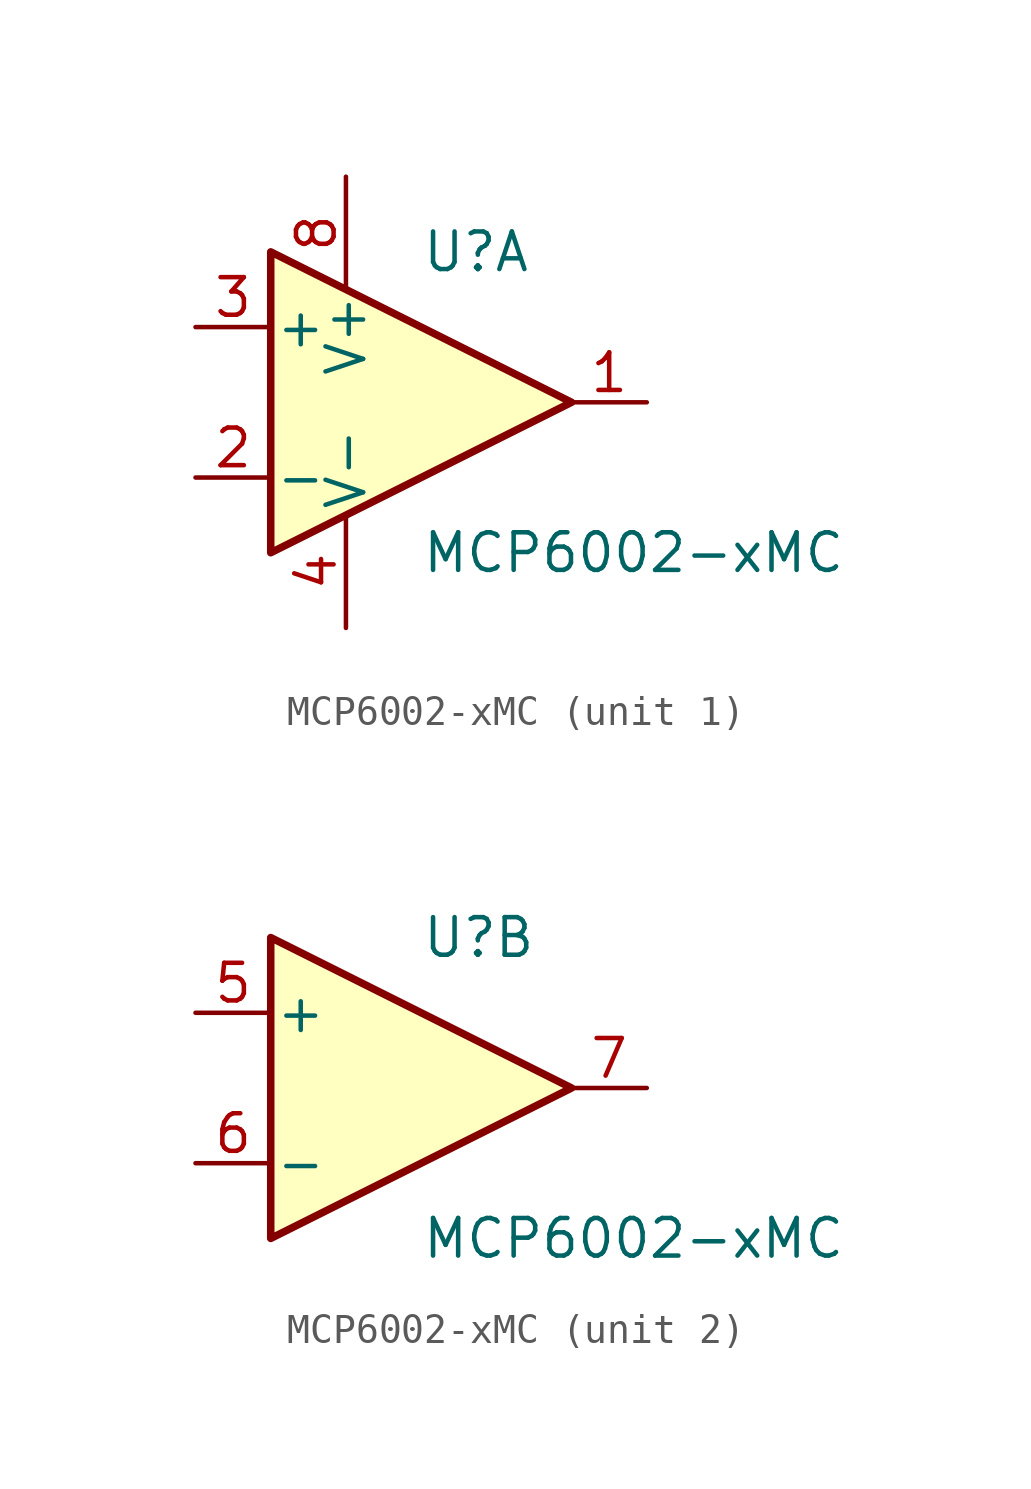
<source format=kicad_sym>
(kicad_symbol_lib
  (version 20241209)
  (generator "kicad_symbol_editor")
  (generator_version "9.0")
  (symbol "MCP6002-xMC"
    (pin_names
      (offset 0.127))
    (property "Reference" "U"
      (at 0 5.08 0)
      (effects (font (size 1.27 1.27)) (justify left)))
    (property "Value" "MCP6002-xMC"
      (at 0 -5.08 0)
      (effects (font (size 1.27 1.27)) (justify left)))
    (property "ki_locked" ""
      (at 0 0 0)
      (effects (font (size 1.27 1.27))))
    (symbol "MCP6002-xMC_1_1"
      (polyline (pts (xy -5.08 5.08) (xy 5.08 0) (xy -5.08 -5.08) (xy -5.08 5.08)) (stroke (width 0.254) (type default)) (fill (type background)))
      (pin input line (at -7.62 2.54 0) (length 2.54) (name "+" (effects (font (size 1.27 1.27)))) (number "3" (effects (font (size 1.27 1.27)))))
      (pin input line (at -7.62 -2.54 0) (length 2.54) (name "-" (effects (font (size 1.27 1.27)))) (number "2" (effects (font (size 1.27 1.27)))))
      (pin power_in line (at -2.54 7.62 270) (length 3.81) (name "V+" (effects (font (size 1.27 1.27)))) (number "8" (effects (font (size 1.27 1.27)))))
      (pin power_in line (at -2.54 -7.62 90) (length 3.81) (name "V-" (effects (font (size 1.27 1.27)))) (number "4" (effects (font (size 1.27 1.27)))))
      (pin passive line (at -2.54 -7.62 90) (length 3.81) (hide yes) (name "V-" (effects (font (size 1.27 1.27)))) (number "9" (effects (font (size 1.27 1.27)))))
      (pin output line (at 7.62 0 180) (length 2.54) (name "~" (effects (font (size 1.27 1.27)))) (number "1" (effects (font (size 1.27 1.27))))))
    (symbol "MCP6002-xMC_2_1"
      (polyline (pts (xy -5.08 5.08) (xy 5.08 0) (xy -5.08 -5.08) (xy -5.08 5.08)) (stroke (width 0.254) (type default)) (fill (type background)))
      (pin input line (at -7.62 2.54 0) (length 2.54) (name "+" (effects (font (size 1.27 1.27)))) (number "5" (effects (font (size 1.27 1.27)))))
      (pin input line (at -7.62 -2.54 0) (length 2.54) (name "-" (effects (font (size 1.27 1.27)))) (number "6" (effects (font (size 1.27 1.27)))))
      (pin output line (at 7.62 0 180) (length 2.54) (name "~" (effects (font (size 1.27 1.27)))) (number "7" (effects (font (size 1.27 1.27))))))))
</source>
